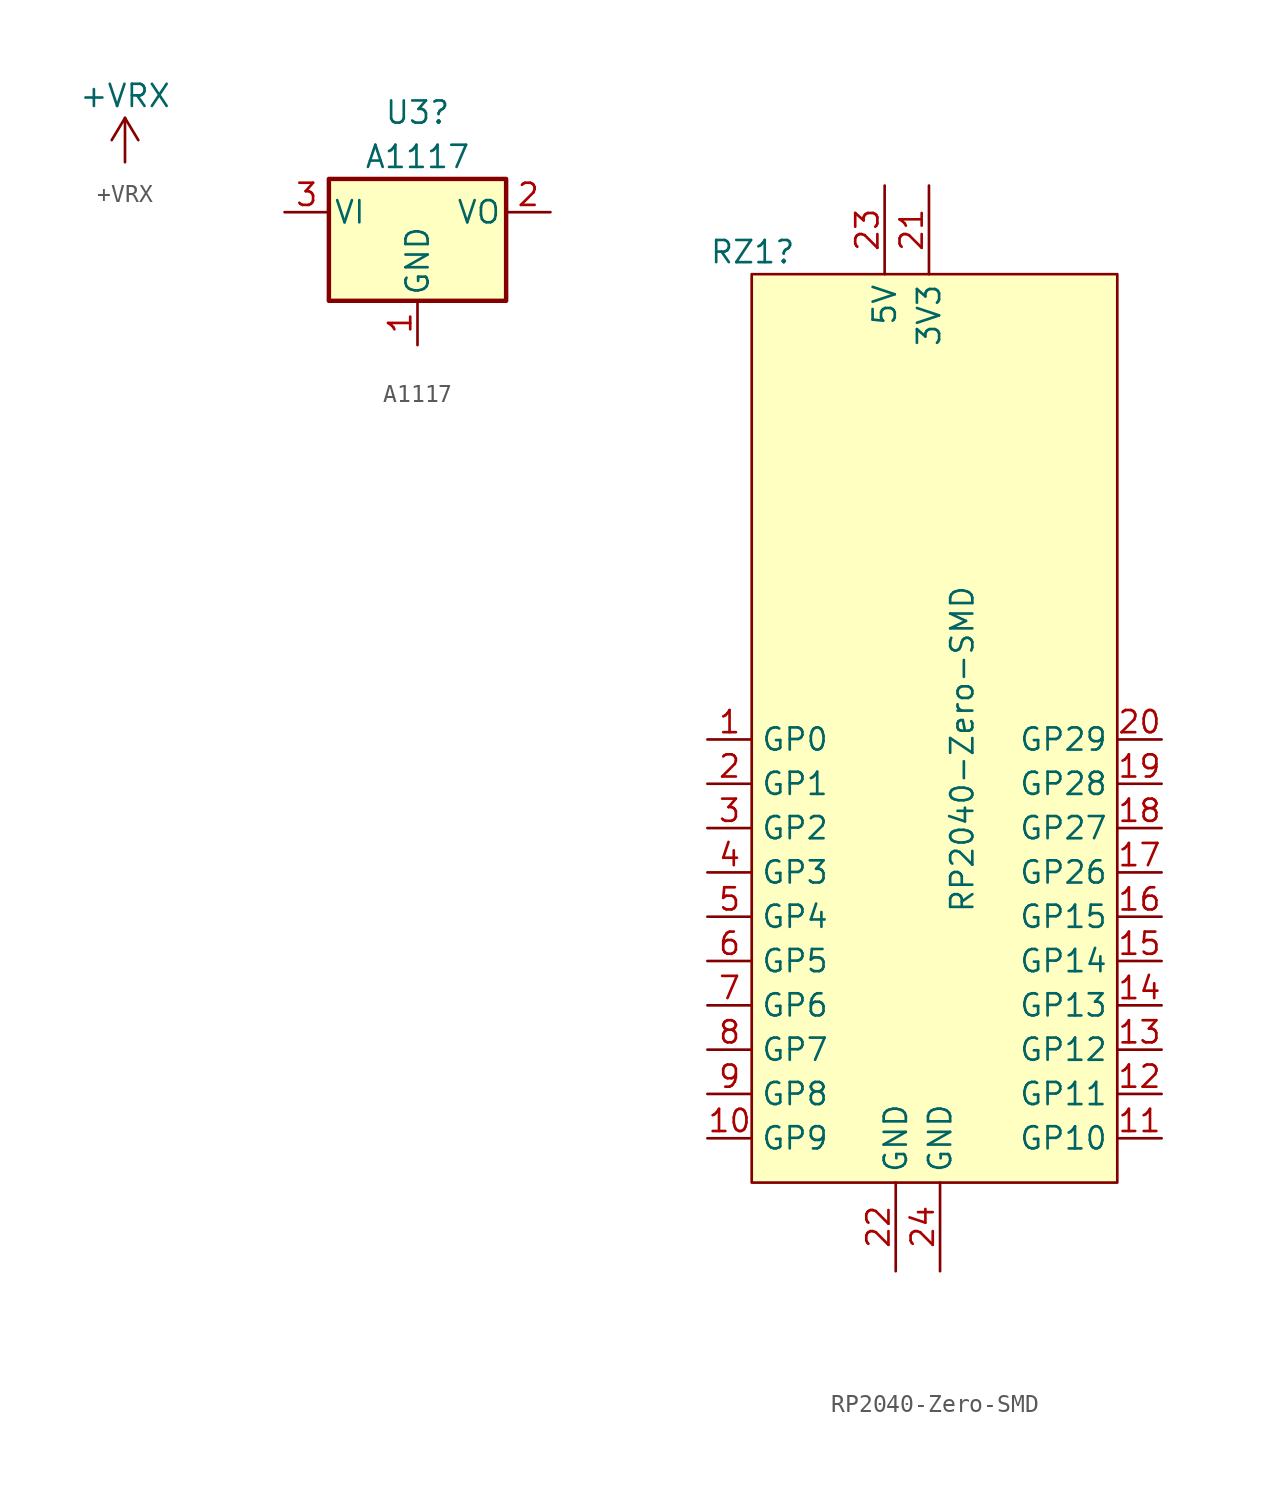
<source format=kicad_sym>
(kicad_symbol_lib
  (version 20220914)
  (generator kicad_symbol_editor)
  (symbol "+VRX"
    (power)
    (pin_names
      (offset 0))
    (property "Reference" "#PWR016"
      (at 0 -3.81 0)
      (effects (font (size 1.27 1.27)) hide))
    (property "Value" "+VRX"
      (at 0 3.81 0)
      (effects (font (size 1.27 1.27))))
    (symbol "+VRX_0_1"
      (polyline (pts (xy -0.762 1.27) (xy 0 2.54)) (stroke (width 0) (type default)) (fill (type none)))
      (polyline (pts (xy 0 0) (xy 0 2.54)) (stroke (width 0) (type default)) (fill (type none)))
      (polyline (pts (xy 0 2.54) (xy 0.762 1.27)) (stroke (width 0) (type default)) (fill (type none))))
    (symbol "+VRX_1_1"
      (pin power_in line (at 0 0 90) (length 0) hide (name "+VRX" (effects (font (size 1.27 1.27)))) (number "1" (effects (font (size 1.27 1.27)))))))
  (symbol "A1117"
    (pin_names
      (offset 0.254))
    (property "Reference" "U3"
      (at 0 5.715 0)
      (effects (font (size 1.27 1.27))))
    (property "Value" "A1117"
      (at 0 3.175 0)
      (effects (font (size 1.27 1.27))))
    (symbol "A1117_0_1"
      (rectangle (start -5.08 1.905) (end 5.08 -5.08) (stroke (width 0.254) (type default)) (fill (type background))))
    (symbol "A1117_1_1"
      (pin power_in line (at 0 -7.62 90) (length 2.54) (name "GND" (effects (font (size 1.27 1.27)))) (number "1" (effects (font (size 1.27 1.27)))))
      (pin power_out line (at 7.62 0 180) (length 2.54) (name "VO" (effects (font (size 1.27 1.27)))) (number "2" (effects (font (size 1.27 1.27)))))
      (pin power_in line (at -7.62 0 0) (length 2.54) (name "VI" (effects (font (size 1.27 1.27)))) (number "3" (effects (font (size 1.27 1.27)))))))
  (symbol "RP2040-Zero-SMD"
    (property "Reference" "RZ1"
      (at -8.89 38.1 0)
      (effects (font (size 1.27 1.27)) (justify right)))
    (property "Value" "RP2040-Zero-SMD"
      (at 0.635 19.05 90)
      (effects (font (size 1.27 1.27)) (justify right)))
    (symbol "RP2040-Zero-SMD_0_1"
      (rectangle (start -11.43 36.83) (end 9.525 -15.24) (stroke (width 0) (type default)) (fill (type background))))
    (symbol "RP2040-Zero-SMD_1_1"
      (pin bidirectional line (at -13.97 10.16 0) (length 2.54) (name "GP0" (effects (font (size 1.27 1.27)))) (number "1" (effects (font (size 1.27 1.27)))))
      (pin bidirectional line (at -13.97 -12.7 0) (length 2.54) (name "GP9" (effects (font (size 1.27 1.27)))) (number "10" (effects (font (size 1.27 1.27)))))
      (pin bidirectional line (at 12.065 -12.7 180) (length 2.54) (name "GP10" (effects (font (size 1.27 1.27)))) (number "11" (effects (font (size 1.27 1.27)))))
      (pin bidirectional line (at 12.065 -10.16 180) (length 2.54) (name "GP11" (effects (font (size 1.27 1.27)))) (number "12" (effects (font (size 1.27 1.27)))))
      (pin bidirectional line (at 12.065 -7.62 180) (length 2.54) (name "GP12" (effects (font (size 1.27 1.27)))) (number "13" (effects (font (size 1.27 1.27)))))
      (pin bidirectional line (at 12.065 -5.08 180) (length 2.54) (name "GP13" (effects (font (size 1.27 1.27)))) (number "14" (effects (font (size 1.27 1.27)))))
      (pin bidirectional line (at 12.065 -2.54 180) (length 2.54) (name "GP14" (effects (font (size 1.27 1.27)))) (number "15" (effects (font (size 1.27 1.27)))))
      (pin bidirectional line (at 12.065 0 180) (length 2.54) (name "GP15" (effects (font (size 1.27 1.27)))) (number "16" (effects (font (size 1.27 1.27)))))
      (pin bidirectional line (at 12.065 2.54 180) (length 2.54) (name "GP26" (effects (font (size 1.27 1.27)))) (number "17" (effects (font (size 1.27 1.27)))))
      (pin bidirectional line (at 12.065 5.08 180) (length 2.54) (name "GP27" (effects (font (size 1.27 1.27)))) (number "18" (effects (font (size 1.27 1.27)))))
      (pin bidirectional line (at 12.065 7.62 180) (length 2.54) (name "GP28" (effects (font (size 1.27 1.27)))) (number "19" (effects (font (size 1.27 1.27)))))
      (pin bidirectional line (at -13.97 7.62 0) (length 2.54) (name "GP1" (effects (font (size 1.27 1.27)))) (number "2" (effects (font (size 1.27 1.27)))))
      (pin bidirectional line (at 12.065 10.16 180) (length 2.54) (name "GP29" (effects (font (size 1.27 1.27)))) (number "20" (effects (font (size 1.27 1.27)))))
      (pin power_in line (at -1.27 41.91 270) (length 5.08) (name "3V3" (effects (font (size 1.27 1.27)))) (number "21" (effects (font (size 1.27 1.27)))))
      (pin power_in line (at -3.175 -20.32 90) (length 5.08) (name "GND" (effects (font (size 1.27 1.27)))) (number "22" (effects (font (size 1.27 1.27)))))
      (pin power_in line (at -3.81 41.91 270) (length 5.08) (name "5V" (effects (font (size 1.27 1.27)))) (number "23" (effects (font (size 1.27 1.27)))))
      (pin power_in line (at -0.635 -20.32 90) (length 5.08) (name "GND" (effects (font (size 1.27 1.27)))) (number "24" (effects (font (size 1.27 1.27)))))
      (pin bidirectional line (at -13.97 5.08 0) (length 2.54) (name "GP2" (effects (font (size 1.27 1.27)))) (number "3" (effects (font (size 1.27 1.27)))))
      (pin bidirectional line (at -13.97 2.54 0) (length 2.54) (name "GP3" (effects (font (size 1.27 1.27)))) (number "4" (effects (font (size 1.27 1.27)))))
      (pin bidirectional line (at -13.97 0 0) (length 2.54) (name "GP4" (effects (font (size 1.27 1.27)))) (number "5" (effects (font (size 1.27 1.27)))))
      (pin bidirectional line (at -13.97 -2.54 0) (length 2.54) (name "GP5" (effects (font (size 1.27 1.27)))) (number "6" (effects (font (size 1.27 1.27)))))
      (pin bidirectional line (at -13.97 -5.08 0) (length 2.54) (name "GP6" (effects (font (size 1.27 1.27)))) (number "7" (effects (font (size 1.27 1.27)))))
      (pin bidirectional line (at -13.97 -7.62 0) (length 2.54) (name "GP7" (effects (font (size 1.27 1.27)))) (number "8" (effects (font (size 1.27 1.27)))))
      (pin bidirectional line (at -13.97 -10.16 0) (length 2.54) (name "GP8" (effects (font (size 1.27 1.27)))) (number "9" (effects (font (size 1.27 1.27))))))))
</source>
